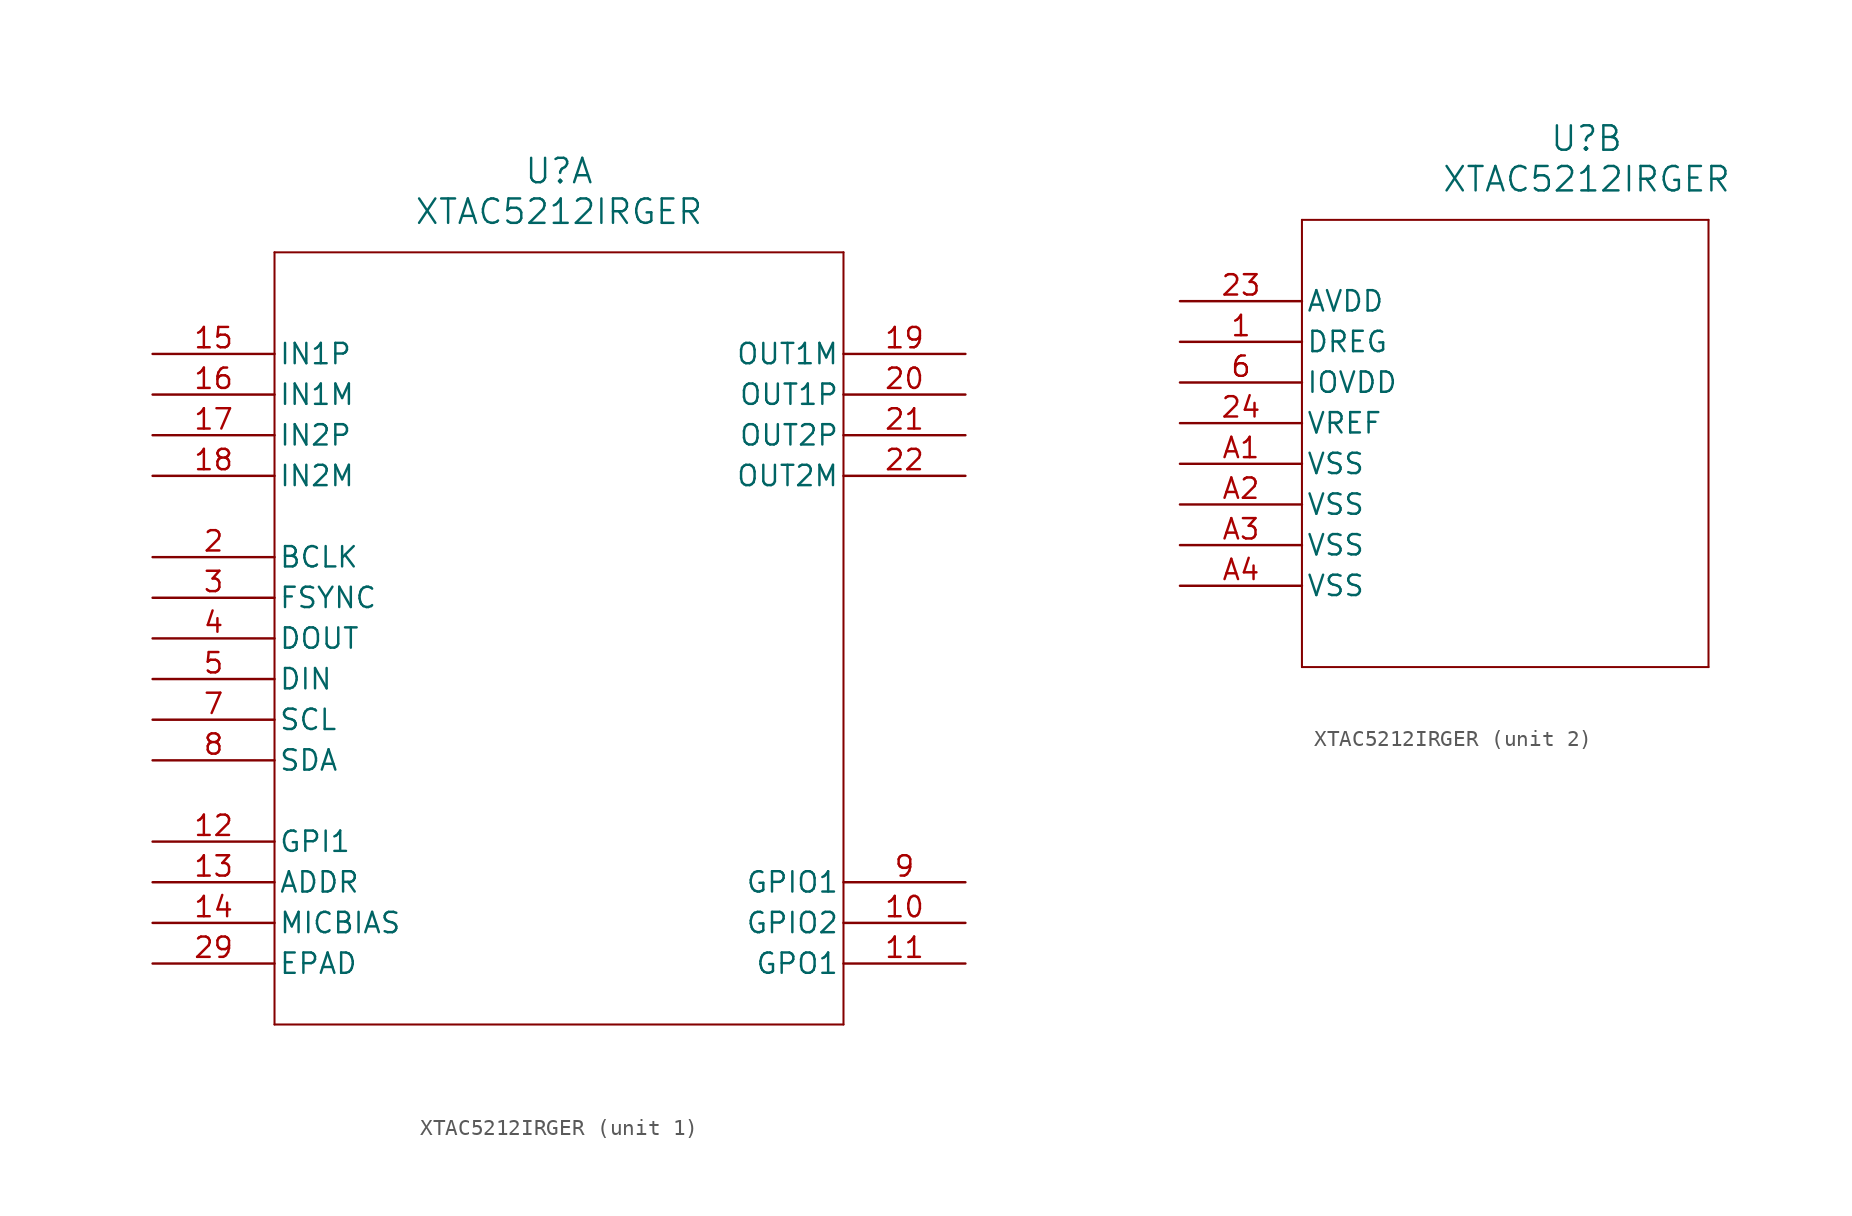
<source format=kicad_sym>
(kicad_symbol_lib
  (version 20241209)
  (generator "kicad_symbol_editor")
  (generator_version "9.0")
  (symbol "XTAC5212IRGER"
    (pin_names
      (offset 0.254))
    (property "Reference" "U"
      (at 25.4 10.16 0)
      (effects (font (size 1.524 1.524))))
    (property "Value" "XTAC5212IRGER"
      (at 25.4 7.62 0)
      (effects (font (size 1.524 1.524))))
    (property "ki_locked" ""
      (at 0 0 0)
      (effects (font (size 1.27 1.27))))
    (symbol "XTAC5212IRGER_1_1"
      (polyline (pts (xy 7.62 5.08) (xy 7.62 -43.18)) (stroke (width 0.127) (type default)) (fill (type none)))
      (polyline (pts (xy 7.62 -43.18) (xy 43.18 -43.18)) (stroke (width 0.127) (type default)) (fill (type none)))
      (polyline (pts (xy 43.18 5.08) (xy 7.62 5.08)) (stroke (width 0.127) (type default)) (fill (type none)))
      (polyline (pts (xy 43.18 -43.18) (xy 43.18 5.08)) (stroke (width 0.127) (type default)) (fill (type none)))
      (pin input line (at 0 -1.27 0) (length 7.62) (name "IN1P" (effects (font (size 1.27 1.27)))) (number "15" (effects (font (size 1.27 1.27)))))
      (pin input line (at 0 -3.81 0) (length 7.62) (name "IN1M" (effects (font (size 1.27 1.27)))) (number "16" (effects (font (size 1.27 1.27)))))
      (pin input line (at 0 -6.35 0) (length 7.62) (name "IN2P" (effects (font (size 1.27 1.27)))) (number "17" (effects (font (size 1.27 1.27)))))
      (pin input line (at 0 -8.89 0) (length 7.62) (name "IN2M" (effects (font (size 1.27 1.27)))) (number "18" (effects (font (size 1.27 1.27)))))
      (pin bidirectional line (at 0 -13.97 0) (length 7.62) (name "BCLK" (effects (font (size 1.27 1.27)))) (number "2" (effects (font (size 1.27 1.27)))))
      (pin bidirectional line (at 0 -16.51 0) (length 7.62) (name "FSYNC" (effects (font (size 1.27 1.27)))) (number "3" (effects (font (size 1.27 1.27)))))
      (pin bidirectional line (at 0 -19.05 0) (length 7.62) (name "DOUT" (effects (font (size 1.27 1.27)))) (number "4" (effects (font (size 1.27 1.27)))))
      (pin input line (at 0 -21.59 0) (length 7.62) (name "DIN" (effects (font (size 1.27 1.27)))) (number "5" (effects (font (size 1.27 1.27)))))
      (pin input line (at 0 -24.13 0) (length 7.62) (name "SCL" (effects (font (size 1.27 1.27)))) (number "7" (effects (font (size 1.27 1.27)))))
      (pin input line (at 0 -26.67 0) (length 7.62) (name "SDA" (effects (font (size 1.27 1.27)))) (number "8" (effects (font (size 1.27 1.27)))))
      (pin input line (at 0 -31.75 0) (length 7.62) (name "GPI1" (effects (font (size 1.27 1.27)))) (number "12" (effects (font (size 1.27 1.27)))))
      (pin input line (at 0 -34.29 0) (length 7.62) (name "ADDR" (effects (font (size 1.27 1.27)))) (number "13" (effects (font (size 1.27 1.27)))))
      (pin unspecified line (at 0 -36.83 0) (length 7.62) (name "MICBIAS" (effects (font (size 1.27 1.27)))) (number "14" (effects (font (size 1.27 1.27)))))
      (pin unspecified line (at 0 -39.37 0) (length 7.62) (name "EPAD" (effects (font (size 1.27 1.27)))) (number "29" (effects (font (size 1.27 1.27)))))
      (pin output line (at 50.8 -1.27 180) (length 7.62) (name "OUT1M" (effects (font (size 1.27 1.27)))) (number "19" (effects (font (size 1.27 1.27)))))
      (pin output line (at 50.8 -3.81 180) (length 7.62) (name "OUT1P" (effects (font (size 1.27 1.27)))) (number "20" (effects (font (size 1.27 1.27)))))
      (pin output line (at 50.8 -6.35 180) (length 7.62) (name "OUT2P" (effects (font (size 1.27 1.27)))) (number "21" (effects (font (size 1.27 1.27)))))
      (pin output line (at 50.8 -8.89 180) (length 7.62) (name "OUT2M" (effects (font (size 1.27 1.27)))) (number "22" (effects (font (size 1.27 1.27)))))
      (pin bidirectional line (at 50.8 -34.29 180) (length 7.62) (name "GPIO1" (effects (font (size 1.27 1.27)))) (number "9" (effects (font (size 1.27 1.27)))))
      (pin bidirectional line (at 50.8 -36.83 180) (length 7.62) (name "GPIO2" (effects (font (size 1.27 1.27)))) (number "10" (effects (font (size 1.27 1.27)))))
      (pin output line (at 50.8 -39.37 180) (length 7.62) (name "GPO1" (effects (font (size 1.27 1.27)))) (number "11" (effects (font (size 1.27 1.27))))))
    (symbol "XTAC5212IRGER_2_1"
      (polyline (pts (xy 7.62 5.08) (xy 7.62 -22.86)) (stroke (width 0.127) (type default)) (fill (type none)))
      (polyline (pts (xy 7.62 -22.86) (xy 33.02 -22.86)) (stroke (width 0.127) (type default)) (fill (type none)))
      (polyline (pts (xy 33.02 5.08) (xy 7.62 5.08)) (stroke (width 0.127) (type default)) (fill (type none)))
      (polyline (pts (xy 33.02 -22.86) (xy 33.02 5.08)) (stroke (width 0.127) (type default)) (fill (type none)))
      (pin power_in line (at 0 0 0) (length 7.62) (name "AVDD" (effects (font (size 1.27 1.27)))) (number "23" (effects (font (size 1.27 1.27)))))
      (pin power_in line (at 0 -2.54 0) (length 7.62) (name "DREG" (effects (font (size 1.27 1.27)))) (number "1" (effects (font (size 1.27 1.27)))))
      (pin power_in line (at 0 -5.08 0) (length 7.62) (name "IOVDD" (effects (font (size 1.27 1.27)))) (number "6" (effects (font (size 1.27 1.27)))))
      (pin unspecified line (at 0 -7.62 0) (length 7.62) (name "VREF" (effects (font (size 1.27 1.27)))) (number "24" (effects (font (size 1.27 1.27)))))
      (pin power_out line (at 0 -10.16 0) (length 7.62) (name "VSS" (effects (font (size 1.27 1.27)))) (number "A1" (effects (font (size 1.27 1.27)))))
      (pin power_out line (at 0 -12.7 0) (length 7.62) (name "VSS" (effects (font (size 1.27 1.27)))) (number "A2" (effects (font (size 1.27 1.27)))))
      (pin power_out line (at 0 -15.24 0) (length 7.62) (name "VSS" (effects (font (size 1.27 1.27)))) (number "A3" (effects (font (size 1.27 1.27)))))
      (pin power_out line (at 0 -17.78 0) (length 7.62) (name "VSS" (effects (font (size 1.27 1.27)))) (number "A4" (effects (font (size 1.27 1.27))))))))
</source>
